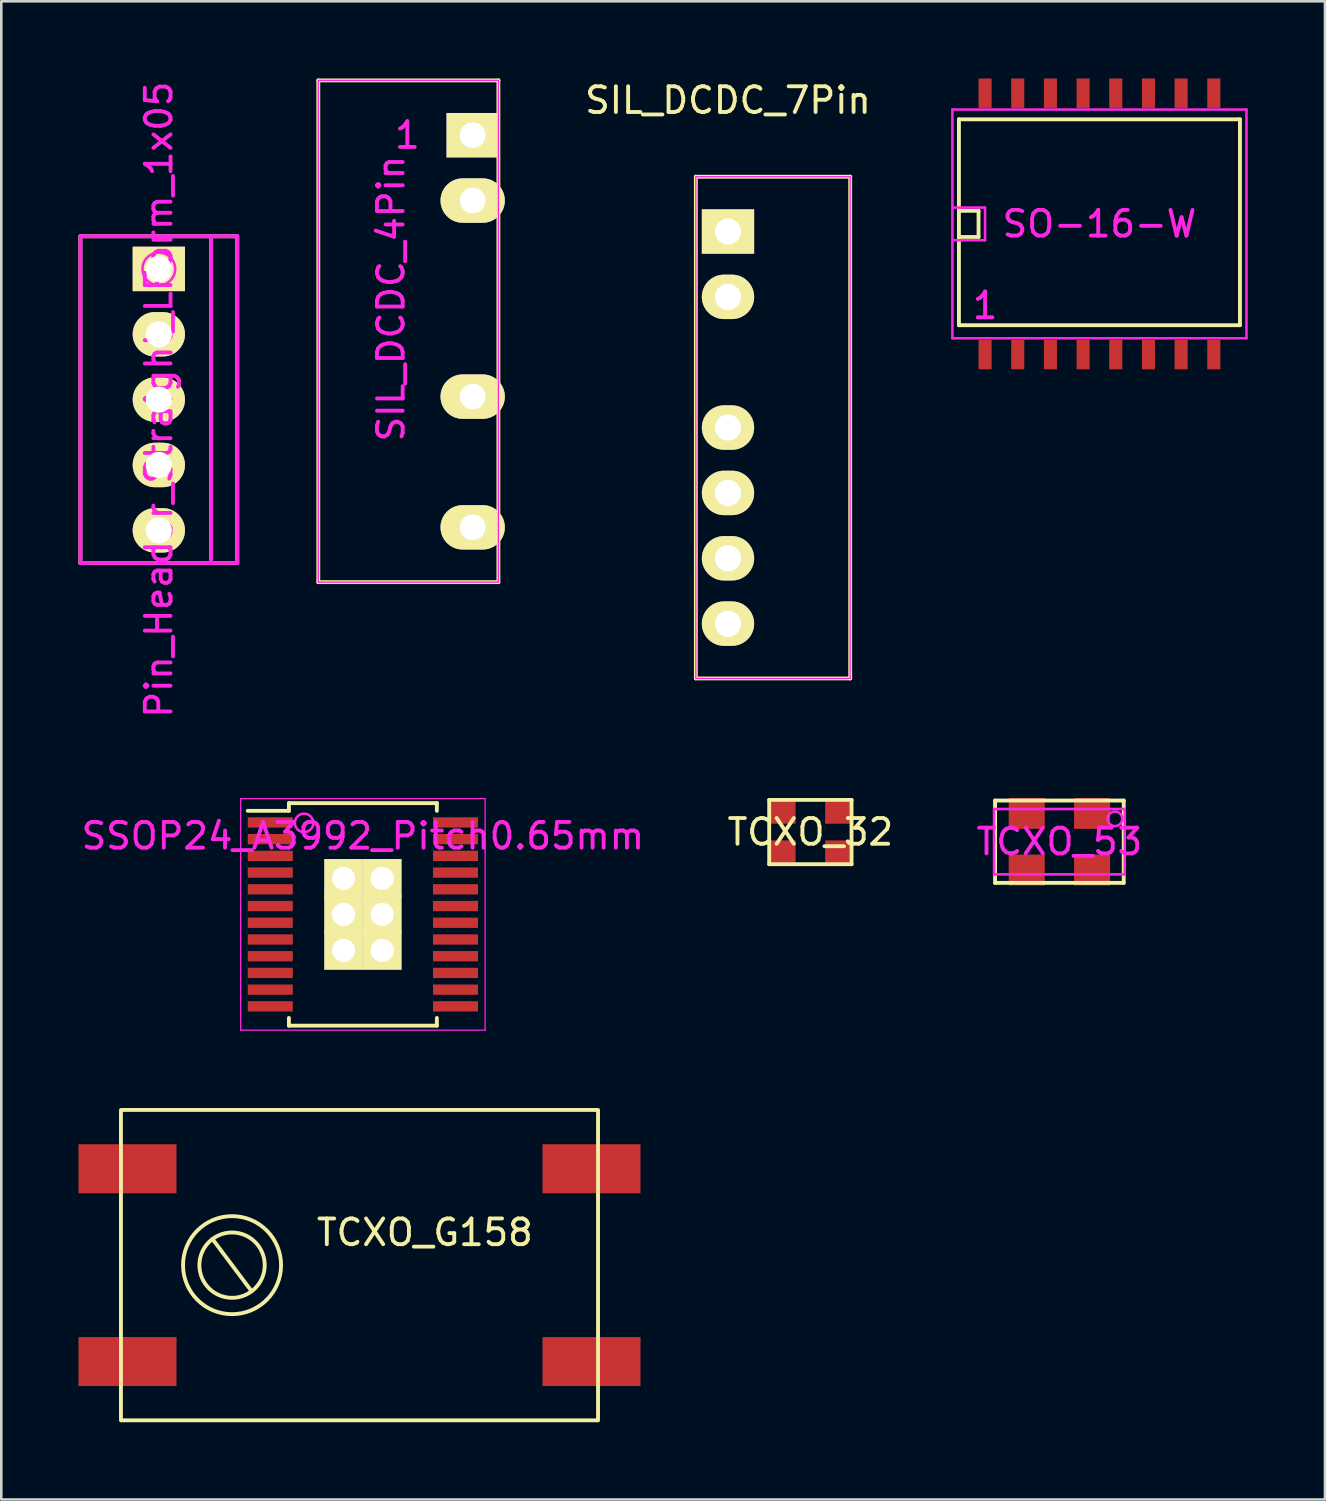
<source format=kicad_pcb>
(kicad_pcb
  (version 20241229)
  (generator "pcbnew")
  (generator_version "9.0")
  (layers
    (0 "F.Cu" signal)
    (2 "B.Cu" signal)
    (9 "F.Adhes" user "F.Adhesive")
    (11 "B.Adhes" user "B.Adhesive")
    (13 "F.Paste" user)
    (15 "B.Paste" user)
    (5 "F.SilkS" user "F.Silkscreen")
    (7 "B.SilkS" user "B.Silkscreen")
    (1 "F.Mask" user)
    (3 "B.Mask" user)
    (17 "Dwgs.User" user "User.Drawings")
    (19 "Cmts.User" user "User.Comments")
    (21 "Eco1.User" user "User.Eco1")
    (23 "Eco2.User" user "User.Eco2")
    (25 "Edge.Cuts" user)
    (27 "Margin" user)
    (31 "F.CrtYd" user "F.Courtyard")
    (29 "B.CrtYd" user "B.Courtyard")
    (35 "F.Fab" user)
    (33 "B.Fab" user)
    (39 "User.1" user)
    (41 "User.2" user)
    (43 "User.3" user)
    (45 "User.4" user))
  (footprint "SIL_DCDC_7Pin"
    (layer "F.Cu")
    (at 25.244 5.948)
    (property "Reference" "SIL_DCDC_7Pin" (at 0 -5.1 0) (layer "F.SilkS") (effects (font (size 1 1) (thickness 0.15))))
    (attr through_hole)
    (fp_line (start -1.25 -2.13) (end -1.25 17.37) (stroke (width 0.15) (type solid)) (layer "F.SilkS"))
    (fp_line (start -1.25 -2.13) (end 4.75 -2.13) (stroke (width 0.15) (type solid)) (layer "F.SilkS"))
    (fp_line (start -1.25 17.37) (end 4.75 17.37) (stroke (width 0.15) (type solid)) (layer "F.SilkS"))
    (fp_line (start 4.75 -2.13) (end 4.75 17.37) (stroke (width 0.15) (type solid)) (layer "F.SilkS"))
    (fp_line (start -1.25 -2.13) (end -1.25 17.37) (stroke (width 0.05) (type solid)) (layer "F.CrtYd"))
    (fp_line (start -1.25 -2.13) (end 4.75 -2.13) (stroke (width 0.05) (type solid)) (layer "F.CrtYd"))
    (fp_line (start -1.25 17.37) (end 4.75 17.37) (stroke (width 0.05) (type solid)) (layer "F.CrtYd"))
    (fp_line (start 4.75 -2.13) (end 4.75 17.37) (stroke (width 0.05) (type solid)) (layer "F.CrtYd"))
    (pad "1" thru_hole rect (at 0 0) (size 2.032 1.727) (drill 1.016) (layers "*.Cu" "*.Mask" "F.SilkS"))
    (pad "2" thru_hole oval (at 0 2.54) (size 2.032 1.727) (drill 1.016) (layers "*.Cu" "*.Mask" "F.SilkS"))
    (pad "4" thru_hole oval (at 0 7.62) (size 2.032 1.727) (drill 1.016) (layers "*.Cu" "*.Mask" "F.SilkS"))
    (pad "5" thru_hole oval (at 0 10.16) (size 2.032 1.727) (drill 1.016) (layers "*.Cu" "*.Mask" "F.SilkS"))
    (pad "6" thru_hole oval (at 0 12.7) (size 2.032 1.727) (drill 1.016) (layers "*.Cu" "*.Mask" "F.SilkS"))
    (pad "7" thru_hole oval (at 0 15.24) (size 2.032 1.727) (drill 1.016) (layers "*.Cu" "*.Mask" "F.SilkS")))
  (footprint "TCXO_G158"
    (layer "F.Cu")
    (at 10.922 46.122)
    (property "Reference" "TCXO_G158" (at 2.54 -1.27 0) (layer "F.SilkS") (effects (font (size 1 1) (thickness 0.15))))
    (attr smd)
    (fp_line (start -9.271 -6.032) (end 9.271 -6.032) (stroke (width 0.15) (type solid)) (layer "F.SilkS"))
    (fp_line (start -9.271 5.969) (end -9.271 -5.969) (stroke (width 0.15) (type solid)) (layer "F.SilkS"))
    (fp_line (start -5.715 -1.016) (end -4.191 1.016) (stroke (width 0.15) (type solid)) (layer "F.SilkS"))
    (fp_line (start 9.271 -5.969) (end 9.271 5.969) (stroke (width 0.15) (type solid)) (layer "F.SilkS"))
    (fp_line (start 9.271 6.032) (end -9.271 6.032) (stroke (width 0.15) (type solid)) (layer "F.SilkS"))
    (fp_circle (center -4.953 0) (end -3.683 0) (stroke (width 0.15) (type solid)) (fill no) (layer "F.SilkS"))
    (fp_circle (center -4.953 0) (end -3.048 0) (stroke (width 0.15) (type solid)) (fill no) (layer "F.SilkS"))
    (pad "1" smd rect (at -9.017 3.747) (size 3.81 1.905) (layers "F.Cu" "F.Mask" "F.Paste"))
    (pad "2" smd rect (at 9.017 3.747) (size 3.81 1.905) (layers "F.Cu" "F.Mask" "F.Paste"))
    (pad "3" smd rect (at 9.017 -3.747) (size 3.81 1.905) (layers "F.Cu" "F.Mask" "F.Paste"))
    (pad "4" smd rect (at -9.017 -3.747) (size 3.81 1.905) (layers "F.Cu" "F.Mask" "F.Paste")))
  (footprint "SO-16-W"
    (layer "F.Cu")
    (at 39.681 5.652)
    (property "Reference" "SO-16-W" (at 0 0 0) (layer "F.CrtYd") (effects (font (size 1 1) (thickness 0.15))))
    (attr smd)
    (fp_line (start -5.461 -4.064) (end 5.461 -4.064) (stroke (width 0.15) (type solid)) (layer "F.SilkS"))
    (fp_line (start -5.461 -0.508) (end -4.699 -0.508) (stroke (width 0.15) (type solid)) (layer "F.SilkS"))
    (fp_line (start -5.461 3.937) (end -5.461 -4.064) (stroke (width 0.15) (type solid)) (layer "F.SilkS"))
    (fp_line (start -4.699 -0.508) (end -4.699 0.508) (stroke (width 0.15) (type solid)) (layer "F.SilkS"))
    (fp_line (start -4.699 0.508) (end -5.461 0.508) (stroke (width 0.15) (type solid)) (layer "F.SilkS"))
    (fp_line (start 5.461 -4.064) (end 5.461 3.937) (stroke (width 0.15) (type solid)) (layer "F.SilkS"))
    (fp_line (start 5.461 3.937) (end -5.461 3.937) (stroke (width 0.15) (type solid)) (layer "F.SilkS"))
    (fp_line (start -5.715 -4.445) (end 5.715 -4.445) (stroke (width 0.1) (type solid)) (layer "F.CrtYd"))
    (fp_line (start -5.715 -0.635) (end -4.445 -0.635) (stroke (width 0.1) (type solid)) (layer "F.CrtYd"))
    (fp_line (start -5.715 4.445) (end -5.715 -4.445) (stroke (width 0.1) (type solid)) (layer "F.CrtYd"))
    (fp_line (start -4.445 -0.635) (end -4.445 0.635) (stroke (width 0.1) (type solid)) (layer "F.CrtYd"))
    (fp_line (start -4.445 0.635) (end -5.715 0.635) (stroke (width 0.1) (type solid)) (layer "F.CrtYd"))
    (fp_line (start 5.715 -4.445) (end 5.715 4.445) (stroke (width 0.1) (type solid)) (layer "F.CrtYd"))
    (fp_line (start 5.715 4.445) (end -5.715 4.445) (stroke (width 0.1) (type solid)) (layer "F.CrtYd"))
    (fp_text user "1" (at -4.445 3.175 0) (layer "F.CrtYd") (effects (font (size 1 1) (thickness 0.15))))
    (pad "1" smd rect (at -4.445 5.08) (size 0.508 1.143) (layers "F.Cu" "F.Mask" "F.Paste"))
    (pad "2" smd rect (at -3.175 5.08) (size 0.508 1.143) (layers "F.Cu" "F.Mask" "F.Paste"))
    (pad "3" smd rect (at -1.905 5.08) (size 0.508 1.143) (layers "F.Cu" "F.Mask" "F.Paste"))
    (pad "4" smd rect (at -0.635 5.08) (size 0.508 1.143) (layers "F.Cu" "F.Mask" "F.Paste"))
    (pad "5" smd rect (at 0.635 5.08) (size 0.508 1.143) (layers "F.Cu" "F.Mask" "F.Paste"))
    (pad "6" smd rect (at 1.905 5.08) (size 0.508 1.143) (layers "F.Cu" "F.Mask" "F.Paste"))
    (pad "7" smd rect (at 3.175 5.08) (size 0.508 1.143) (layers "F.Cu" "F.Mask" "F.Paste"))
    (pad "8" smd rect (at 4.445 5.08) (size 0.508 1.143) (layers "F.Cu" "F.Mask" "F.Paste"))
    (pad "9" smd rect (at 4.445 -5.08) (size 0.508 1.143) (layers "F.Cu" "F.Mask" "F.Paste"))
    (pad "10" smd rect (at 3.175 -5.08) (size 0.508 1.143) (layers "F.Cu" "F.Mask" "F.Paste"))
    (pad "11" smd rect (at 1.905 -5.08) (size 0.508 1.143) (layers "F.Cu" "F.Mask" "F.Paste"))
    (pad "12" smd rect (at 0.635 -5.08) (size 0.508 1.143) (layers "F.Cu" "F.Mask" "F.Paste"))
    (pad "13" smd rect (at -0.635 -5.08) (size 0.508 1.143) (layers "F.Cu" "F.Mask" "F.Paste"))
    (pad "14" smd rect (at -1.905 -5.08) (size 0.508 1.143) (layers "F.Cu" "F.Mask" "F.Paste"))
    (pad "15" smd rect (at -3.175 -5.08) (size 0.508 1.143) (layers "F.Cu" "F.Mask" "F.Paste"))
    (pad "16" smd rect (at -4.445 -5.08) (size 0.508 1.143) (layers "F.Cu" "F.Mask" "F.Paste")))
  (footprint "SSOP24_A3992_Pitch0.65mm"
    (layer "F.Cu")
    (at 11.054 32.489)
    (property "Reference" "SSOP24_A3992_Pitch0.65mm" (at 0 -3.048 0) (layer "F.CrtYd") (effects (font (size 1 1) (thickness 0.15))))
    (attr smd)
    (fp_line (start -2.875 -4.325) (end -2.875 -4.025) (stroke (width 0.15) (type solid)) (layer "F.SilkS"))
    (fp_line (start -2.875 -4.325) (end 2.875 -4.325) (stroke (width 0.15) (type solid)) (layer "F.SilkS"))
    (fp_line (start -2.875 -4.025) (end -4.475 -4.025) (stroke (width 0.15) (type solid)) (layer "F.SilkS"))
    (fp_line (start -2.875 4.325) (end -2.875 4.025) (stroke (width 0.15) (type solid)) (layer "F.SilkS"))
    (fp_line (start -2.875 4.325) (end 2.875 4.325) (stroke (width 0.15) (type solid)) (layer "F.SilkS"))
    (fp_line (start 2.875 -4.325) (end 2.875 -4.025) (stroke (width 0.15) (type solid)) (layer "F.SilkS"))
    (fp_line (start 2.875 4.325) (end 2.875 4.025) (stroke (width 0.15) (type solid)) (layer "F.SilkS"))
    (fp_line (start -4.75 -4.5) (end -4.75 4.5) (stroke (width 0.05) (type solid)) (layer "F.CrtYd"))
    (fp_line (start -4.75 -4.5) (end 4.75 -4.5) (stroke (width 0.05) (type solid)) (layer "F.CrtYd"))
    (fp_line (start -4.75 4.5) (end 4.75 4.5) (stroke (width 0.05) (type solid)) (layer "F.CrtYd"))
    (fp_line (start 4.75 -4.5) (end 4.75 4.5) (stroke (width 0.05) (type solid)) (layer "F.CrtYd"))
    (fp_circle (center -2.286 -3.556) (end -2.032 -3.302) (stroke (width 0.1) (type solid)) (fill no) (layer "F.CrtYd"))
    (pad "1" smd rect (at -3.6 -3.575) (size 1.75 0.4) (layers "F.Cu" "F.Mask" "F.Paste"))
    (pad "2" smd rect (at -3.6 -2.925) (size 1.75 0.4) (layers "F.Cu" "F.Mask" "F.Paste"))
    (pad "3" smd rect (at -3.6 -2.275) (size 1.75 0.4) (layers "F.Cu" "F.Mask" "F.Paste"))
    (pad "4" smd rect (at -3.6 -1.625) (size 1.75 0.4) (layers "F.Cu" "F.Mask" "F.Paste"))
    (pad "5" smd rect (at -3.6 -0.975) (size 1.75 0.4) (layers "F.Cu" "F.Mask" "F.Paste"))
    (pad "6" smd rect (at -3.6 -0.325) (size 1.75 0.4) (layers "F.Cu" "F.Mask" "F.Paste"))
    (pad "7" smd rect (at -3.6 0.325) (size 1.75 0.4) (layers "F.Cu" "F.Mask" "F.Paste"))
    (pad "8" smd rect (at -3.6 0.975) (size 1.75 0.4) (layers "F.Cu" "F.Mask" "F.Paste"))
    (pad "9" smd rect (at -3.6 1.625) (size 1.75 0.4) (layers "F.Cu" "F.Mask" "F.Paste"))
    (pad "10" smd rect (at -3.6 2.275) (size 1.75 0.4) (layers "F.Cu" "F.Mask" "F.Paste"))
    (pad "11" smd rect (at -3.6 2.925) (size 1.75 0.4) (layers "F.Cu" "F.Mask" "F.Paste"))
    (pad "12" smd rect (at -3.6 3.575) (size 1.75 0.4) (layers "F.Cu" "F.Mask" "F.Paste"))
    (pad "13" smd rect (at 3.6 3.575) (size 1.75 0.4) (layers "F.Cu" "F.Mask" "F.Paste"))
    (pad "14" smd rect (at 3.6 2.925) (size 1.75 0.4) (layers "F.Cu" "F.Mask" "F.Paste"))
    (pad "15" smd rect (at 3.6 2.275) (size 1.75 0.4) (layers "F.Cu" "F.Mask" "F.Paste"))
    (pad "16" smd rect (at 3.6 1.625) (size 1.75 0.4) (layers "F.Cu" "F.Mask" "F.Paste"))
    (pad "17" smd rect (at 3.6 0.975) (size 1.75 0.4) (layers "F.Cu" "F.Mask" "F.Paste"))
    (pad "18" smd rect (at 3.6 0.325) (size 1.75 0.4) (layers "F.Cu" "F.Mask" "F.Paste"))
    (pad "19" smd rect (at 3.6 -0.325) (size 1.75 0.4) (layers "F.Cu" "F.Mask" "F.Paste"))
    (pad "20" smd rect (at 3.6 -0.975) (size 1.75 0.4) (layers "F.Cu" "F.Mask" "F.Paste"))
    (pad "21" smd rect (at 3.6 -1.625) (size 1.75 0.4) (layers "F.Cu" "F.Mask" "F.Paste"))
    (pad "22" smd rect (at 3.6 -2.275) (size 1.75 0.4) (layers "F.Cu" "F.Mask" "F.Paste"))
    (pad "23" smd rect (at 3.6 -2.925) (size 1.75 0.4) (layers "F.Cu" "F.Mask" "F.Paste"))
    (pad "24" smd rect (at 3.6 -3.575) (size 1.75 0.4) (layers "F.Cu" "F.Mask" "F.Paste"))
    (pad "25" thru_hole rect (at -0.75 -1.4) (size 1.5 1.5) (drill 0.9) (layers "*.Cu" "*.Mask" "F.SilkS"))
    (pad "26" thru_hole rect (at -0.75 0) (size 1.5 1.5) (drill 0.9) (layers "*.Cu" "*.Mask" "F.SilkS"))
    (pad "27" thru_hole rect (at -0.75 1.4) (size 1.5 1.5) (drill 0.9) (layers "*.Cu" "*.Mask" "F.SilkS"))
    (pad "28" thru_hole rect (at 0.75 1.4) (size 1.5 1.5) (drill 0.9) (layers "*.Cu" "*.Mask" "F.SilkS"))
    (pad "29" thru_hole rect (at 0.75 0) (size 1.5 1.5) (drill 0.9) (layers "*.Cu" "*.Mask" "F.SilkS"))
    (pad "30" thru_hole rect (at 0.75 -1.4) (size 1.5 1.5) (drill 0.9) (layers "*.Cu" "*.Mask" "F.SilkS")))
  (footprint "SIL_DCDC_4Pin"
    (layer "F.Cu")
    (at 15.321 2.205)
    (property "Reference" "SIL_DCDC_4Pin" (at -3.175 6.35 90) (layer "F.CrtYd") (effects (font (size 1 1) (thickness 0.15))))
    (attr through_hole)
    (fp_line (start -6 -2.13) (end -6 17.37) (stroke (width 0.15) (type solid)) (layer "F.SilkS"))
    (fp_line (start -6 -2.13) (end 1 -2.13) (stroke (width 0.15) (type solid)) (layer "F.SilkS"))
    (fp_line (start -6 17.37) (end 1 17.37) (stroke (width 0.15) (type solid)) (layer "F.SilkS"))
    (fp_line (start 1 -2.13) (end 1 17.37) (stroke (width 0.15) (type solid)) (layer "F.SilkS"))
    (fp_line (start -6 -2.13) (end -6 17.37) (stroke (width 0.05) (type solid)) (layer "F.CrtYd"))
    (fp_line (start -6 -2.13) (end 1 -2.13) (stroke (width 0.05) (type solid)) (layer "F.CrtYd"))
    (fp_line (start -6 17.37) (end 1 17.37) (stroke (width 0.05) (type solid)) (layer "F.CrtYd"))
    (fp_line (start 1 -2.13) (end 1 17.37) (stroke (width 0.05) (type solid)) (layer "F.CrtYd"))
    (fp_text user "1" (at -2.54 0 0) (layer "F.CrtYd") (effects (font (size 1 1) (thickness 0.15))))
    (pad "1" thru_hole rect (at 0 0) (size 2.032 1.727) (drill 1) (layers "*.Cu" "*.Mask" "F.SilkS"))
    (pad "2" thru_hole oval (at 0 2.54) (size 2.5 1.727) (drill 1) (layers "*.Cu" "*.Mask" "F.SilkS"))
    (pad "3" thru_hole oval (at 0 10.16) (size 2.5 1.727) (drill 1) (layers "*.Cu" "*.Mask" "F.SilkS"))
    (pad "4" thru_hole oval (at 0 15.24) (size 2.5 1.727) (drill 1) (layers "*.Cu" "*.Mask" "F.SilkS")))
  (footprint "Pin_Header_Straight_LForm_1x05"
    (layer "F.Cu")
    (at 3.123 7.402)
    (property "Reference" "Pin_Header_Straight_LForm_1x05" (at 0 5.08 90) (layer "F.CrtYd") (effects (font (size 1 1) (thickness 0.15))))
    (attr through_hole)
    (fp_line (start -3.048 -1.27) (end 3.048 -1.27) (stroke (width 0.15) (type solid)) (layer "F.SilkS"))
    (fp_line (start -3.048 11.43) (end -3.048 -1.27) (stroke (width 0.15) (type solid)) (layer "F.SilkS"))
    (fp_line (start 2.032 -1.27) (end 2.032 11.43) (stroke (width 0.15) (type solid)) (layer "F.SilkS"))
    (fp_line (start 3.048 -1.27) (end 3.048 11.43) (stroke (width 0.15) (type solid)) (layer "F.SilkS"))
    (fp_line (start 3.048 11.43) (end -3.048 11.43) (stroke (width 0.15) (type solid)) (layer "F.SilkS"))
    (fp_line (start -3.048 -1.27) (end -3.048 11.43) (stroke (width 0.15) (type solid)) (layer "F.CrtYd"))
    (fp_line (start -3.048 11.43) (end 3.048 11.43) (stroke (width 0.15) (type solid)) (layer "F.CrtYd"))
    (fp_line (start 2.032 11.43) (end 2.032 -1.27) (stroke (width 0.15) (type solid)) (layer "F.CrtYd"))
    (fp_line (start 3.048 -1.27) (end -3.048 -1.27) (stroke (width 0.15) (type solid)) (layer "F.CrtYd"))
    (fp_line (start 3.048 11.43) (end 3.048 -1.27) (stroke (width 0.15) (type solid)) (layer "F.CrtYd"))
    (fp_circle (center 0 0) (end 0.635 0) (stroke (width 0.1) (type solid)) (fill no) (layer "F.CrtYd"))
    (pad "1" thru_hole rect (at 0 0) (size 2.032 1.727) (drill 1.016) (layers "*.Cu" "*.Mask" "F.SilkS"))
    (pad "2" thru_hole oval (at 0 2.54) (size 2.032 1.727) (drill 1.016) (layers "*.Cu" "*.Mask" "F.SilkS"))
    (pad "3" thru_hole oval (at 0 5.08) (size 2.032 1.727) (drill 1.016) (layers "*.Cu" "*.Mask" "F.SilkS"))
    (pad "4" thru_hole oval (at 0 7.62) (size 2.032 1.727) (drill 1.016) (layers "*.Cu" "*.Mask" "F.SilkS"))
    (pad "5" thru_hole oval (at 0 10.16) (size 2.032 1.727) (drill 1.016) (layers "*.Cu" "*.Mask" "F.SilkS")))
  (footprint "TCXO_53"
    (layer "F.Cu")
    (at 38.125 29.664)
    (property "Reference" "TCXO_53" (at 0 0 0) (layer "F.CrtYd") (effects (font (size 1 1) (thickness 0.15))))
    (attr smd)
    (fp_line (start -2.5 -1.6) (end 2.5 -1.6) (stroke (width 0.15) (type solid)) (layer "F.SilkS"))
    (fp_line (start -2.5 1.6) (end -2.5 -1.6) (stroke (width 0.15) (type solid)) (layer "F.SilkS"))
    (fp_line (start 2.5 -1.6) (end 2.5 1.6) (stroke (width 0.15) (type solid)) (layer "F.SilkS"))
    (fp_line (start 2.5 1.6) (end -2.5 1.6) (stroke (width 0.15) (type solid)) (layer "F.SilkS"))
    (fp_line (start -2.54 -1.27) (end 2.54 -1.27) (stroke (width 0.1) (type solid)) (layer "F.CrtYd"))
    (fp_line (start -2.54 1.27) (end -2.54 -1.27) (stroke (width 0.1) (type solid)) (layer "F.CrtYd"))
    (fp_line (start 2.54 -1.27) (end 2.54 1.27) (stroke (width 0.1) (type solid)) (layer "F.CrtYd"))
    (fp_line (start 2.54 1.27) (end -2.54 1.27) (stroke (width 0.1) (type solid)) (layer "F.CrtYd"))
    (fp_circle (center 2.159 -0.889) (end 2.032 -0.635) (stroke (width 0.1) (type solid)) (fill no) (layer "F.CrtYd"))
    (pad "1" smd rect (at 1.27 -1.1) (size 1.4 1.2) (layers "F.Cu" "F.Mask" "F.Paste"))
    (pad "2" smd rect (at -1.27 -1.1) (size 1.4 1.2) (layers "F.Cu" "F.Mask" "F.Paste"))
    (pad "3" smd rect (at -1.27 1.1) (size 1.4 1.2) (layers "F.Cu" "F.Mask" "F.Paste"))
    (pad "4" smd rect (at 1.27 1.1) (size 1.4 1.2) (layers "F.Cu" "F.Mask" "F.Paste")))
  (footprint "TCXO_32"
    (layer "F.Cu")
    (at 28.446 29.289)
    (property "Reference" "TCXO_32" (at 0 0 0) (layer "F.SilkS") (effects (font (size 1 1) (thickness 0.15))))
    (attr smd)
    (fp_line (start -1.6 -1.25) (end 1.6 -1.25) (stroke (width 0.15) (type solid)) (layer "F.SilkS"))
    (fp_line (start -1.6 1.25) (end -1.6 -1.25) (stroke (width 0.15) (type solid)) (layer "F.SilkS"))
    (fp_line (start 1.6 -1.25) (end 1.6 1.25) (stroke (width 0.15) (type solid)) (layer "F.SilkS"))
    (fp_line (start 1.6 1.25) (end -1.6 1.25) (stroke (width 0.15) (type solid)) (layer "F.SilkS"))
    (pad "1" smd rect (at 1.075 -0.775) (size 1 0.9) (layers "F.Cu" "F.Mask" "F.Paste"))
    (pad "2" smd rect (at -1.075 -0.775) (size 1 0.9) (layers "F.Cu" "F.Mask" "F.Paste"))
    (pad "3" smd rect (at -1.075 0.775) (size 1 0.9) (layers "F.Cu" "F.Mask" "F.Paste"))
    (pad "4" smd rect (at 1.075 0.775) (size 1 0.9) (layers "F.Cu" "F.Mask" "F.Paste")))
  (gr_rect
    (start -3 -3)
    (end 48.446 55.229)
    (stroke (width 0.1) (type default))
    (fill no)
    (layer "Edge.Cuts")))
</source>
